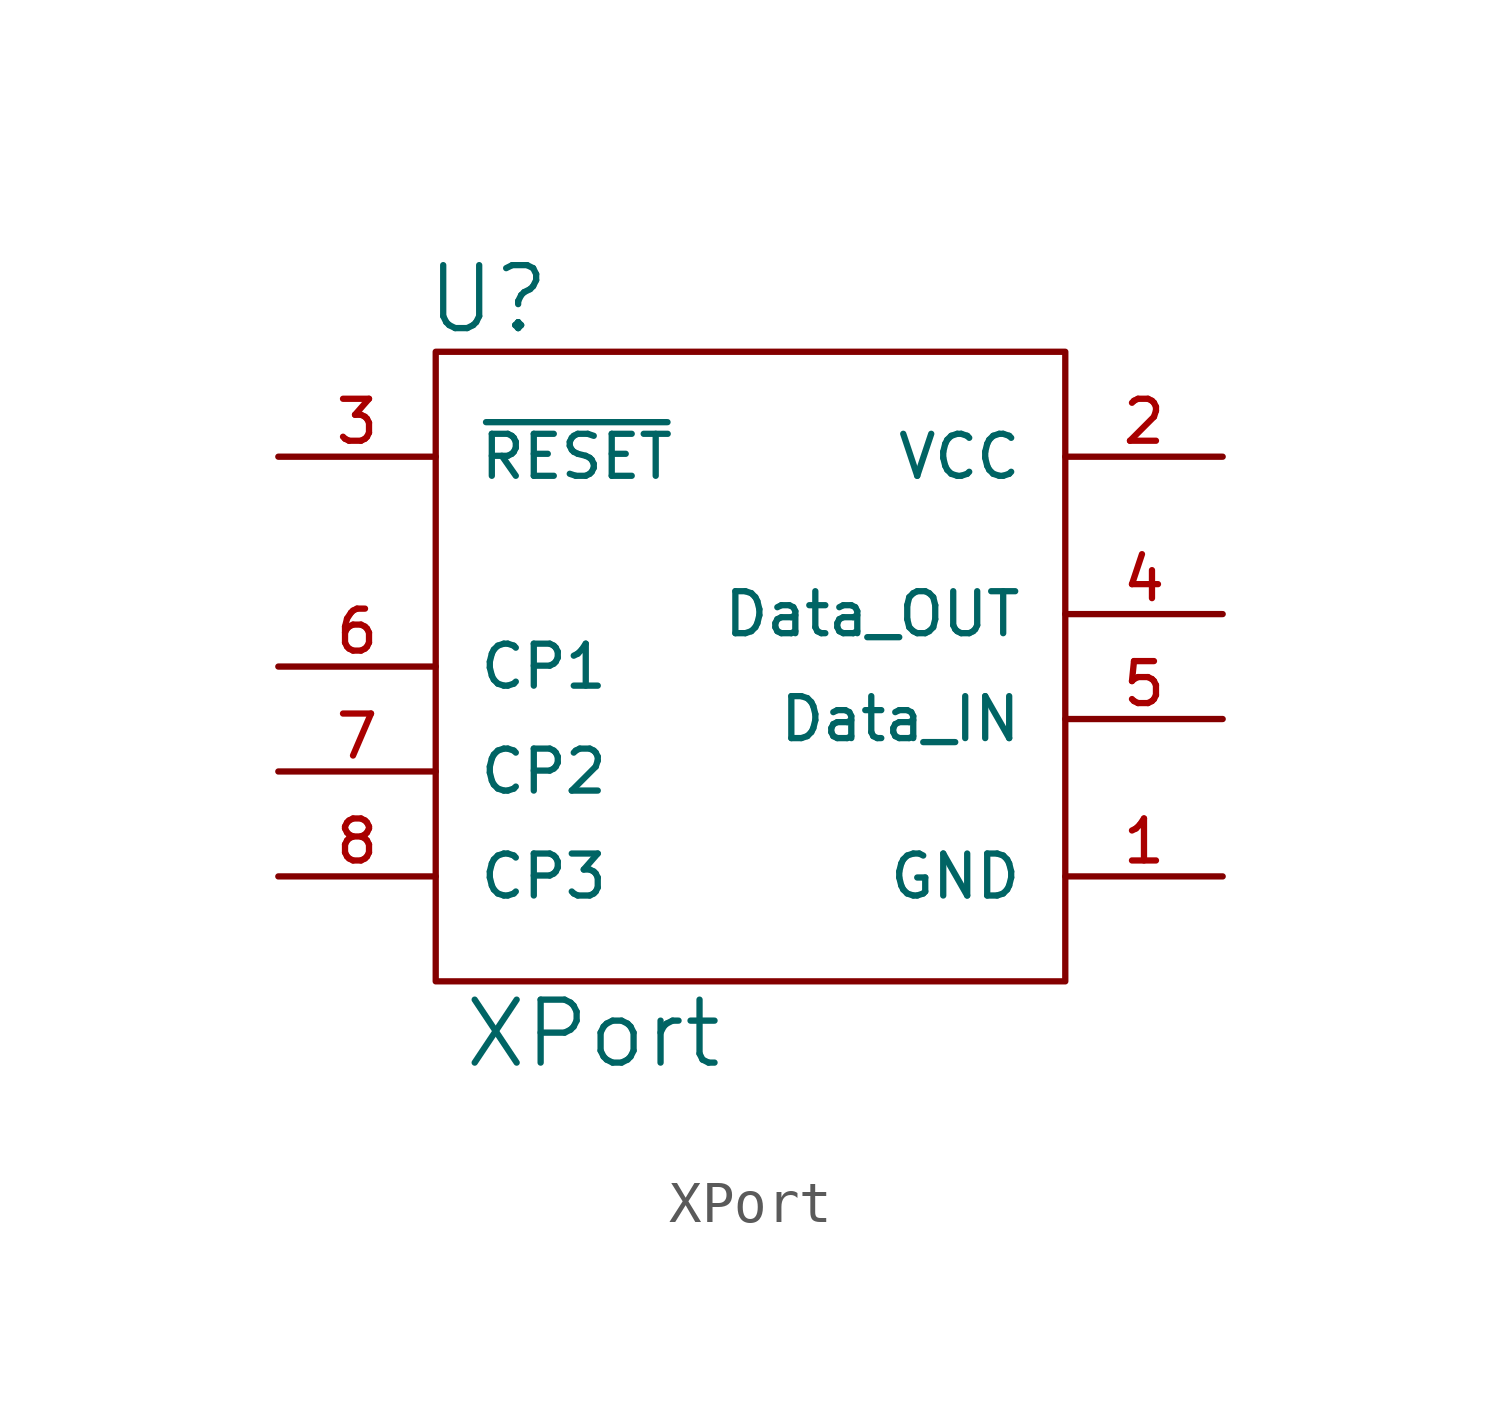
<source format=kicad_sym>
(kicad_symbol_lib
  (version 20211014)
  (generator kicad_symbol_editor)
  (symbol "XPort"
    (pin_names
      (offset 1.016))
    (property "Reference" "U"
      (at 0 5.08 0)
      (effects (font (size 1.524 1.524))))
    (property "Value" "XPort"
      (at 2.54 -12.7 0)
      (effects (font (size 1.524 1.524))))
    (symbol "XPort_0_1"
      (rectangle (start -1.27 3.81) (end 13.97 -11.43) (stroke (width 0) (type default) (color 0 0 0 0)) (fill (type none))))
    (symbol "XPort_1_1"
      (pin power_in line (at 17.78 -8.89 180) (length 3.81) (name "GND" (effects (font (size 1.016 1.016)))) (number "1" (effects (font (size 1.016 1.016)))))
      (pin power_in line (at 17.78 1.27 180) (length 3.81) (name "VCC" (effects (font (size 1.016 1.016)))) (number "2" (effects (font (size 1.016 1.016)))))
      (pin input line (at -5.08 1.27 0) (length 3.81) (name "~{RESET}" (effects (font (size 1.016 1.016)))) (number "3" (effects (font (size 1.016 1.016)))))
      (pin output line (at 17.78 -2.54 180) (length 3.81) (name "Data_OUT" (effects (font (size 1.016 1.016)))) (number "4" (effects (font (size 1.016 1.016)))))
      (pin input line (at 17.78 -5.08 180) (length 3.81) (name "Data_IN" (effects (font (size 1.016 1.016)))) (number "5" (effects (font (size 1.016 1.016)))))
      (pin bidirectional line (at -5.08 -3.81 0) (length 3.81) (name "CP1" (effects (font (size 1.016 1.016)))) (number "6" (effects (font (size 1.016 1.016)))))
      (pin bidirectional line (at -5.08 -6.35 0) (length 3.81) (name "CP2" (effects (font (size 1.016 1.016)))) (number "7" (effects (font (size 1.016 1.016)))))
      (pin bidirectional line (at -5.08 -8.89 0) (length 3.81) (name "CP3" (effects (font (size 1.016 1.016)))) (number "8" (effects (font (size 1.016 1.016))))))))
</source>
